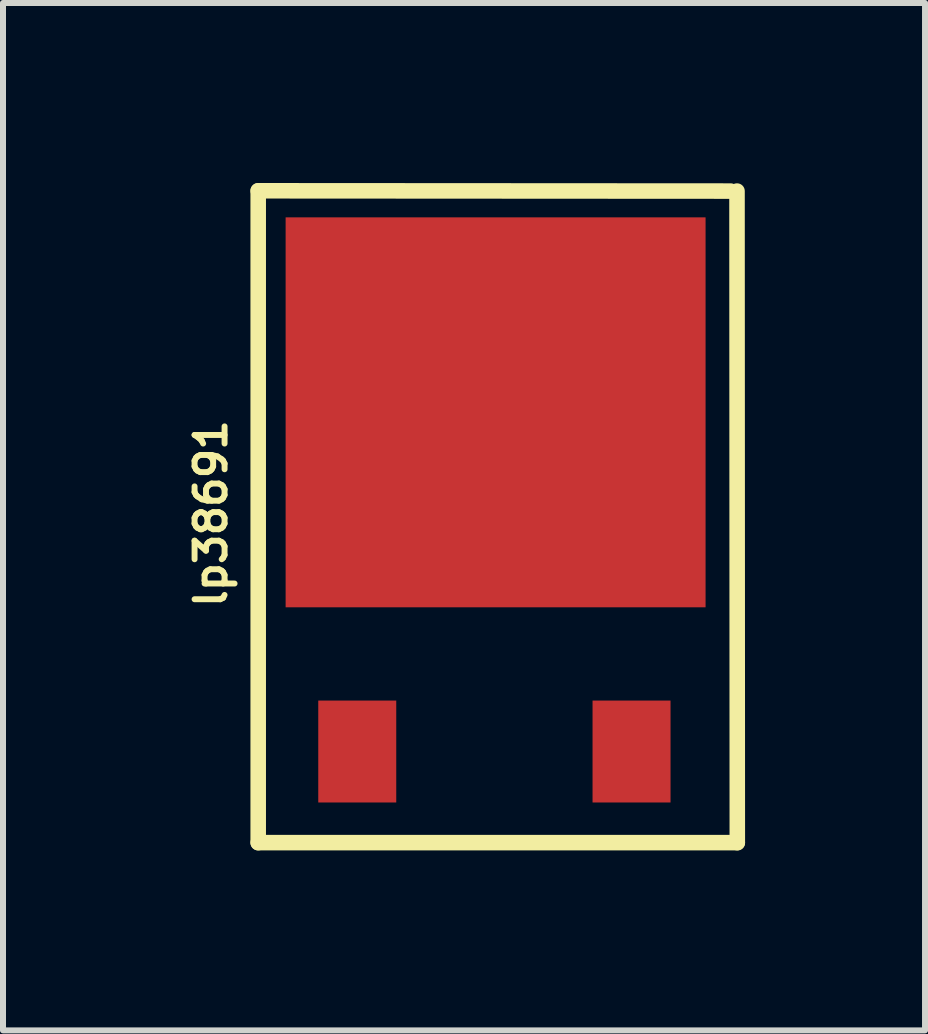
<source format=kicad_pcb>
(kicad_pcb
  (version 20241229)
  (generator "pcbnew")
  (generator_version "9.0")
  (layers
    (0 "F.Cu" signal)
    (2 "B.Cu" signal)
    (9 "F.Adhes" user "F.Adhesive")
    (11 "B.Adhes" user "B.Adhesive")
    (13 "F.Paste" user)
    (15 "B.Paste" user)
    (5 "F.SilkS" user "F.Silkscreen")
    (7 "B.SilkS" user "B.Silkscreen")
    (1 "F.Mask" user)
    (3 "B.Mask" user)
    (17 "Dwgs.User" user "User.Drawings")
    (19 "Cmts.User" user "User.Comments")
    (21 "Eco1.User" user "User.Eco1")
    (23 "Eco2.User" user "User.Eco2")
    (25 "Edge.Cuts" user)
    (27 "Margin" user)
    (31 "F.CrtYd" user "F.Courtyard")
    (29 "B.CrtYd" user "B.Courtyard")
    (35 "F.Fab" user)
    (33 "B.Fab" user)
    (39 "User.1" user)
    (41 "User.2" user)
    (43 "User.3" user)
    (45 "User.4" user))
  (footprint "lp38691"
    (layer "F.Cu")
    (at 5.186 5.591)
    (property "Reference" "lp38691" (at -4.719 -0.081 90) (layer "F.SilkS") (effects (font (size 0.5 0.5) (thickness 0.099))))
    (attr through_hole)
    (fp_line (start -3.932 -5.461) (end -3.932 5.405) (stroke (width 0.259) (type solid)) (layer "F.SilkS"))
    (fp_line (start -3.932 5.405) (end 4.054 5.405) (stroke (width 0.259) (type solid)) (layer "F.SilkS"))
    (fp_line (start 3.942 -5.456) (end -3.932 -5.461) (stroke (width 0.259) (type solid)) (layer "F.SilkS"))
    (fp_line (start 4.054 5.405) (end 4.049 -5.456) (stroke (width 0.259) (type solid)) (layer "F.SilkS"))
    (pad "1" smd rect (at -2.281 3.886 90) (size 1.699 1.3) (layers "F.Cu" "F.Mask" "F.Paste"))
    (pad "2" smd rect (at 0.025 -1.768 90) (size 6.5 7) (layers "F.Cu" "F.Mask" "F.Paste"))
    (pad "3" smd rect (at 2.291 3.886 90) (size 1.699 1.3) (layers "F.Cu" "F.Mask" "F.Paste")))
  (gr_rect
    (start -3 -3)
    (end 12.369 14.125)
    (stroke (width 0.1) (type default))
    (fill no)
    (layer "Edge.Cuts")))
</source>
